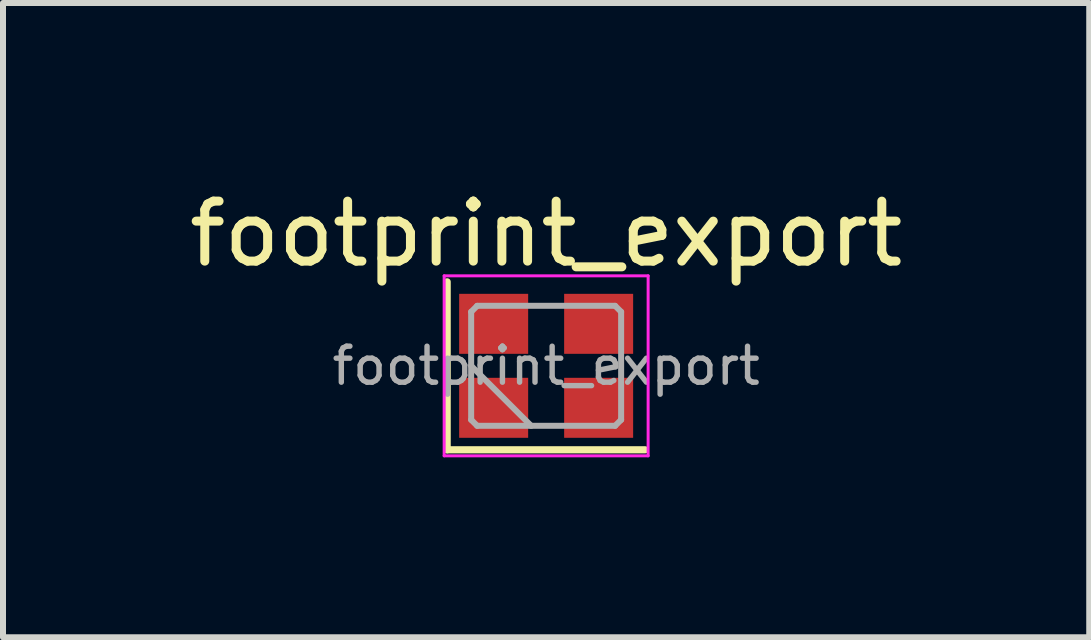
<source format=kicad_pcb>
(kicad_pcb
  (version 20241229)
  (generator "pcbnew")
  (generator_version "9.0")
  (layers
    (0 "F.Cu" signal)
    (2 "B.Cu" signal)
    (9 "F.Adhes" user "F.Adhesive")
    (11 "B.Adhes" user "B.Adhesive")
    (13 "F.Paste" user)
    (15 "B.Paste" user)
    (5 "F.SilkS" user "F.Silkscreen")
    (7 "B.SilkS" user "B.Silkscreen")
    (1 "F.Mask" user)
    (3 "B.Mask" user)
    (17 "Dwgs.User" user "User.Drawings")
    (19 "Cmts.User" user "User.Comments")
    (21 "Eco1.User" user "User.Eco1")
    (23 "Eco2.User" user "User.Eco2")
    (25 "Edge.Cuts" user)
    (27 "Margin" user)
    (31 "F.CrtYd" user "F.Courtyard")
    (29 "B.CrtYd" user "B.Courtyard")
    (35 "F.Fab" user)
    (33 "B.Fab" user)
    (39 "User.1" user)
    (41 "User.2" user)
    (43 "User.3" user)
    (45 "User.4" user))
  (footprint "footprint_export"
    (layer "F.Cu")
    (at 6.054 3.048)
    (property "Reference" "footprint_export" (at 0 -2.2 0) (layer "F.SilkS") (effects (font (size 1 1) (thickness 0.15))))
    (attr smd)
    (fp_line (start -1.65 -1.4) (end -1.65 1.4) (stroke (width 0.12) (type solid)) (layer "F.SilkS"))
    (fp_line (start -1.65 1.4) (end 1.65 1.4) (stroke (width 0.12) (type solid)) (layer "F.SilkS"))
    (fp_line (start -1.7 -1.5) (end -1.7 1.5) (stroke (width 0.05) (type solid)) (layer "F.CrtYd"))
    (fp_line (start -1.7 1.5) (end 1.7 1.5) (stroke (width 0.05) (type solid)) (layer "F.CrtYd"))
    (fp_line (start 1.7 -1.5) (end -1.7 -1.5) (stroke (width 0.05) (type solid)) (layer "F.CrtYd"))
    (fp_line (start 1.7 1.5) (end 1.7 -1.5) (stroke (width 0.05) (type solid)) (layer "F.CrtYd"))
    (fp_line (start -1.25 -0.9) (end -1.15 -1) (stroke (width 0.1) (type solid)) (layer "F.Fab"))
    (fp_line (start -1.25 0) (end -0.25 1) (stroke (width 0.1) (type solid)) (layer "F.Fab"))
    (fp_line (start -1.25 0.9) (end -1.25 -0.9) (stroke (width 0.1) (type solid)) (layer "F.Fab"))
    (fp_line (start -1.15 -1) (end 1.15 -1) (stroke (width 0.1) (type solid)) (layer "F.Fab"))
    (fp_line (start -1.15 1) (end -1.25 0.9) (stroke (width 0.1) (type solid)) (layer "F.Fab"))
    (fp_line (start 1.15 -1) (end 1.25 -0.9) (stroke (width 0.1) (type solid)) (layer "F.Fab"))
    (fp_line (start 1.15 1) (end -1.15 1) (stroke (width 0.1) (type solid)) (layer "F.Fab"))
    (fp_line (start 1.25 -0.9) (end 1.25 0.9) (stroke (width 0.1) (type solid)) (layer "F.Fab"))
    (fp_line (start 1.25 0.9) (end 1.15 1) (stroke (width 0.1) (type solid)) (layer "F.Fab"))
    (fp_text user "${REFERENCE}" (at 0 0 0) (layer "F.Fab") (effects (font (size 0.6 0.6) (thickness 0.09))))
    (pad "1" smd rect (at -0.875 0.7) (size 1.15 1) (layers "F.Cu" "F.Mask" "F.Paste"))
    (pad "2" smd rect (at 0.875 0.7) (size 1.15 1) (layers "F.Cu" "F.Mask" "F.Paste"))
    (pad "3" smd rect (at 0.875 -0.7) (size 1.15 1) (layers "F.Cu" "F.Mask" "F.Paste"))
    (pad "4" smd rect (at -0.875 -0.7) (size 1.15 1) (layers "F.Cu" "F.Mask" "F.Paste")))
  (gr_rect
    (start -3 -3)
    (end 15.107 7.573)
    (stroke (width 0.1) (type default))
    (fill no)
    (layer "Edge.Cuts")))
</source>
